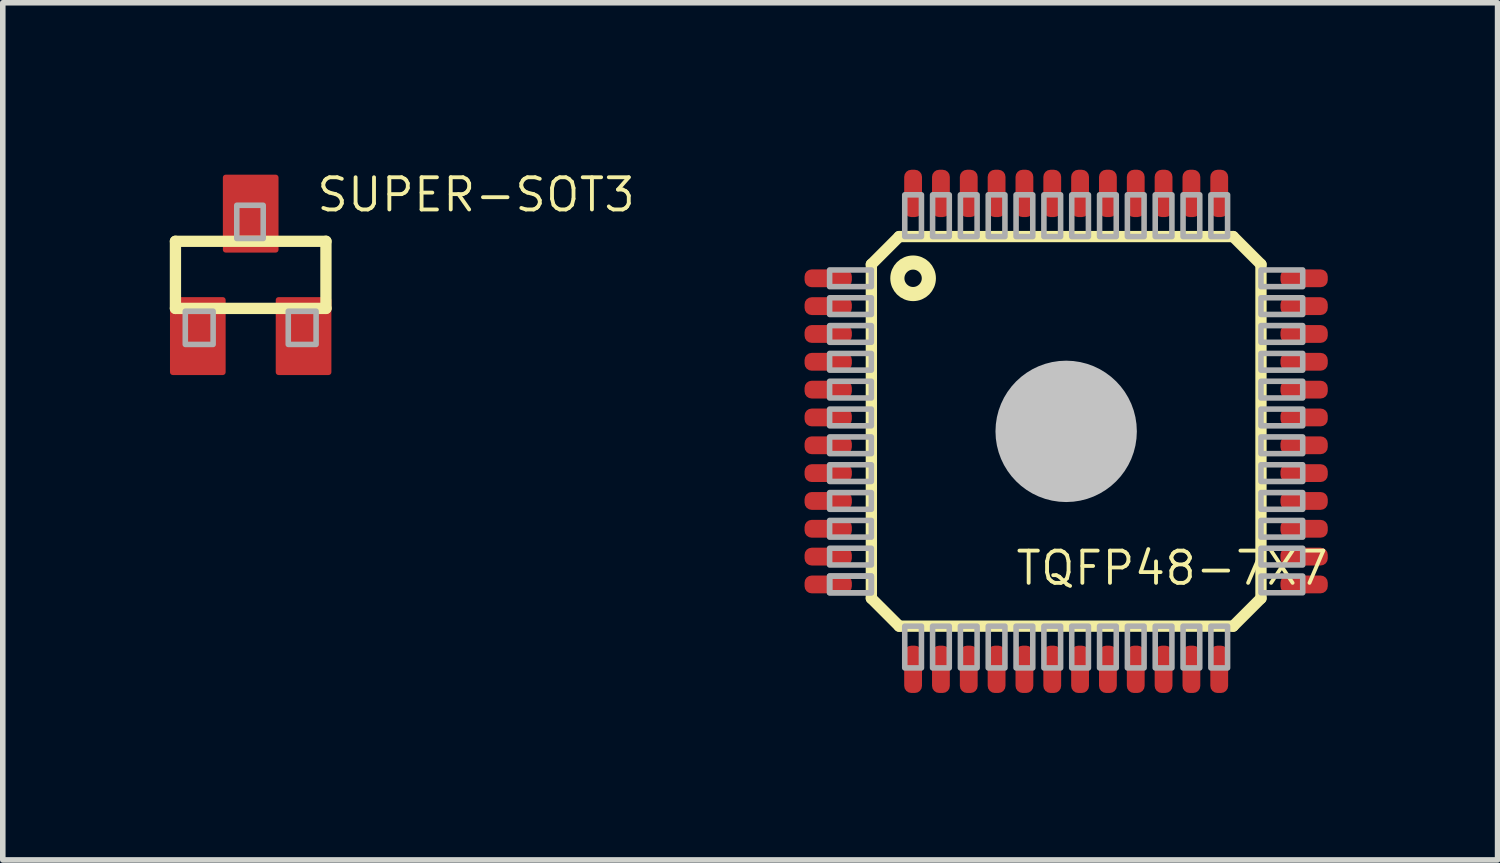
<source format=kicad_pcb>
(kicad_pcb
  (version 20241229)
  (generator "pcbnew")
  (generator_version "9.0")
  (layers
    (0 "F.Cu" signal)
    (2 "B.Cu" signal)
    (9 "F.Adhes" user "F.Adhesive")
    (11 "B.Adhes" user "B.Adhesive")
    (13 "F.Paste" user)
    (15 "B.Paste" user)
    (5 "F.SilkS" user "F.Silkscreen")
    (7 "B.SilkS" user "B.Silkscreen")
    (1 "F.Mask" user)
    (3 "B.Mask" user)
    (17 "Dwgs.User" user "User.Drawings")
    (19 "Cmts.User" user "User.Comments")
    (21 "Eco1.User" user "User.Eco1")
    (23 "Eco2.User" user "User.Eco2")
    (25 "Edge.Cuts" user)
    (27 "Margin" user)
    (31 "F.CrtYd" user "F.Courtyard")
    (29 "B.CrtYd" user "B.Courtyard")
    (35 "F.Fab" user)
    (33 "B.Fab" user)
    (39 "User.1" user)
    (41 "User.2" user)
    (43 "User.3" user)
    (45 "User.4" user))
  (footprint "TQFP48-7X7"
    (layer "F.Cu")
    (at 16.105 4.7)
    (property "Reference" "TQFP48-7X7" (at -0.94 2.796 180) (layer "F.SilkS") (effects (font (size 0.579 0.579) (thickness 0.069)) (justify left bottom)))
    (attr through_hole)
    (fp_circle (center 0 0) (end 0.635 0) (stroke (width 1.27) (type solid)) (fill no) (layer "F.Mask"))
    (fp_line (start -3.5 -3) (end -3 -3.5) (stroke (width 0.203) (type solid)) (layer "F.SilkS"))
    (fp_line (start -3.5 3) (end -3.5 -3) (stroke (width 0.203) (type solid)) (layer "F.SilkS"))
    (fp_line (start -3 -3.5) (end 3 -3.5) (stroke (width 0.203) (type solid)) (layer "F.SilkS"))
    (fp_line (start -3 3.5) (end -3.5 3) (stroke (width 0.203) (type solid)) (layer "F.SilkS"))
    (fp_line (start 3 -3.5) (end 3.5 -3) (stroke (width 0.203) (type solid)) (layer "F.SilkS"))
    (fp_line (start 3 3.5) (end -3 3.5) (stroke (width 0.203) (type solid)) (layer "F.SilkS"))
    (fp_line (start 3.5 -3) (end 3.5 3) (stroke (width 0.203) (type solid)) (layer "F.SilkS"))
    (fp_line (start 3.5 3) (end 3 3.5) (stroke (width 0.203) (type solid)) (layer "F.SilkS"))
    (fp_circle (center -2.75 -2.75) (end -2.467 -2.75) (stroke (width 0.254) (type solid)) (fill no) (layer "F.SilkS"))
    (fp_circle (center 0 0) (end 0.635 0) (stroke (width 1.27) (type solid)) (fill no) (layer "Dwgs.User"))
    (fp_poly (pts (xy -4.25 -2.6) (xy -3.5 -2.6) (xy -3.5 -2.9) (xy -4.25 -2.9)) (stroke (width 0.1) (type solid)) (fill no) (layer "F.Fab"))
    (fp_poly (pts (xy -4.25 -2.1) (xy -3.5 -2.1) (xy -3.5 -2.4) (xy -4.25 -2.4)) (stroke (width 0.1) (type solid)) (fill no) (layer "F.Fab"))
    (fp_poly (pts (xy -4.25 -1.6) (xy -3.5 -1.6) (xy -3.5 -1.9) (xy -4.25 -1.9)) (stroke (width 0.1) (type solid)) (fill no) (layer "F.Fab"))
    (fp_poly (pts (xy -4.25 -1.1) (xy -3.5 -1.1) (xy -3.5 -1.4) (xy -4.25 -1.4)) (stroke (width 0.1) (type solid)) (fill no) (layer "F.Fab"))
    (fp_poly (pts (xy -4.25 -0.6) (xy -3.5 -0.6) (xy -3.5 -0.9) (xy -4.25 -0.9)) (stroke (width 0.1) (type solid)) (fill no) (layer "F.Fab"))
    (fp_poly (pts (xy -4.25 -0.1) (xy -3.5 -0.1) (xy -3.5 -0.4) (xy -4.25 -0.4)) (stroke (width 0.1) (type solid)) (fill no) (layer "F.Fab"))
    (fp_poly (pts (xy -4.25 0.4) (xy -3.5 0.4) (xy -3.5 0.1) (xy -4.25 0.1)) (stroke (width 0.1) (type solid)) (fill no) (layer "F.Fab"))
    (fp_poly (pts (xy -4.25 0.9) (xy -3.5 0.9) (xy -3.5 0.6) (xy -4.25 0.6)) (stroke (width 0.1) (type solid)) (fill no) (layer "F.Fab"))
    (fp_poly (pts (xy -4.25 1.4) (xy -3.5 1.4) (xy -3.5 1.1) (xy -4.25 1.1)) (stroke (width 0.1) (type solid)) (fill no) (layer "F.Fab"))
    (fp_poly (pts (xy -4.25 1.9) (xy -3.5 1.9) (xy -3.5 1.6) (xy -4.25 1.6)) (stroke (width 0.1) (type solid)) (fill no) (layer "F.Fab"))
    (fp_poly (pts (xy -4.25 2.4) (xy -3.5 2.4) (xy -3.5 2.1) (xy -4.25 2.1)) (stroke (width 0.1) (type solid)) (fill no) (layer "F.Fab"))
    (fp_poly (pts (xy -4.25 2.9) (xy -3.5 2.9) (xy -3.5 2.6) (xy -4.25 2.6)) (stroke (width 0.1) (type solid)) (fill no) (layer "F.Fab"))
    (fp_poly (pts (xy -4.25 2.9) (xy -3.5 2.9) (xy -3.5 2.6) (xy -4.25 2.6)) (stroke (width 0.1) (type solid)) (fill no) (layer "F.Fab"))
    (fp_poly (pts (xy -2.9 -3.5) (xy -2.6 -3.5) (xy -2.6 -4.25) (xy -2.9 -4.25)) (stroke (width 0.1) (type solid)) (fill no) (layer "F.Fab"))
    (fp_poly (pts (xy -2.9 4.25) (xy -2.6 4.25) (xy -2.6 3.5) (xy -2.9 3.5)) (stroke (width 0.1) (type solid)) (fill no) (layer "F.Fab"))
    (fp_poly (pts (xy -2.4 -3.5) (xy -2.1 -3.5) (xy -2.1 -4.25) (xy -2.4 -4.25)) (stroke (width 0.1) (type solid)) (fill no) (layer "F.Fab"))
    (fp_poly (pts (xy -2.4 4.25) (xy -2.1 4.25) (xy -2.1 3.5) (xy -2.4 3.5)) (stroke (width 0.1) (type solid)) (fill no) (layer "F.Fab"))
    (fp_poly (pts (xy -1.9 -3.5) (xy -1.6 -3.5) (xy -1.6 -4.25) (xy -1.9 -4.25)) (stroke (width 0.1) (type solid)) (fill no) (layer "F.Fab"))
    (fp_poly (pts (xy -1.9 4.25) (xy -1.6 4.25) (xy -1.6 3.5) (xy -1.9 3.5)) (stroke (width 0.1) (type solid)) (fill no) (layer "F.Fab"))
    (fp_poly (pts (xy -1.4 -3.5) (xy -1.1 -3.5) (xy -1.1 -4.25) (xy -1.4 -4.25)) (stroke (width 0.1) (type solid)) (fill no) (layer "F.Fab"))
    (fp_poly (pts (xy -1.4 4.25) (xy -1.1 4.25) (xy -1.1 3.5) (xy -1.4 3.5)) (stroke (width 0.1) (type solid)) (fill no) (layer "F.Fab"))
    (fp_poly (pts (xy -0.9 -3.5) (xy -0.6 -3.5) (xy -0.6 -4.25) (xy -0.9 -4.25)) (stroke (width 0.1) (type solid)) (fill no) (layer "F.Fab"))
    (fp_poly (pts (xy -0.9 4.25) (xy -0.6 4.25) (xy -0.6 3.5) (xy -0.9 3.5)) (stroke (width 0.1) (type solid)) (fill no) (layer "F.Fab"))
    (fp_poly (pts (xy -0.4 -3.5) (xy -0.1 -3.5) (xy -0.1 -4.25) (xy -0.4 -4.25)) (stroke (width 0.1) (type solid)) (fill no) (layer "F.Fab"))
    (fp_poly (pts (xy -0.4 4.25) (xy -0.1 4.25) (xy -0.1 3.5) (xy -0.4 3.5)) (stroke (width 0.1) (type solid)) (fill no) (layer "F.Fab"))
    (fp_poly (pts (xy 0.1 -3.5) (xy 0.4 -3.5) (xy 0.4 -4.25) (xy 0.1 -4.25)) (stroke (width 0.1) (type solid)) (fill no) (layer "F.Fab"))
    (fp_poly (pts (xy 0.1 4.25) (xy 0.4 4.25) (xy 0.4 3.5) (xy 0.1 3.5)) (stroke (width 0.1) (type solid)) (fill no) (layer "F.Fab"))
    (fp_poly (pts (xy 0.6 -3.5) (xy 0.9 -3.5) (xy 0.9 -4.25) (xy 0.6 -4.25)) (stroke (width 0.1) (type solid)) (fill no) (layer "F.Fab"))
    (fp_poly (pts (xy 0.6 4.25) (xy 0.9 4.25) (xy 0.9 3.5) (xy 0.6 3.5)) (stroke (width 0.1) (type solid)) (fill no) (layer "F.Fab"))
    (fp_poly (pts (xy 1.1 -3.5) (xy 1.4 -3.5) (xy 1.4 -4.25) (xy 1.1 -4.25)) (stroke (width 0.1) (type solid)) (fill no) (layer "F.Fab"))
    (fp_poly (pts (xy 1.1 4.25) (xy 1.4 4.25) (xy 1.4 3.5) (xy 1.1 3.5)) (stroke (width 0.1) (type solid)) (fill no) (layer "F.Fab"))
    (fp_poly (pts (xy 1.6 -3.5) (xy 1.9 -3.5) (xy 1.9 -4.25) (xy 1.6 -4.25)) (stroke (width 0.1) (type solid)) (fill no) (layer "F.Fab"))
    (fp_poly (pts (xy 1.6 4.25) (xy 1.9 4.25) (xy 1.9 3.5) (xy 1.6 3.5)) (stroke (width 0.1) (type solid)) (fill no) (layer "F.Fab"))
    (fp_poly (pts (xy 2.1 -3.5) (xy 2.4 -3.5) (xy 2.4 -4.25) (xy 2.1 -4.25)) (stroke (width 0.1) (type solid)) (fill no) (layer "F.Fab"))
    (fp_poly (pts (xy 2.1 4.25) (xy 2.4 4.25) (xy 2.4 3.5) (xy 2.1 3.5)) (stroke (width 0.1) (type solid)) (fill no) (layer "F.Fab"))
    (fp_poly (pts (xy 2.6 -3.5) (xy 2.9 -3.5) (xy 2.9 -4.25) (xy 2.6 -4.25)) (stroke (width 0.1) (type solid)) (fill no) (layer "F.Fab"))
    (fp_poly (pts (xy 2.6 4.25) (xy 2.9 4.25) (xy 2.9 3.5) (xy 2.6 3.5)) (stroke (width 0.1) (type solid)) (fill no) (layer "F.Fab"))
    (fp_poly (pts (xy 3.5 -2.6) (xy 4.25 -2.6) (xy 4.25 -2.9) (xy 3.5 -2.9)) (stroke (width 0.1) (type solid)) (fill no) (layer "F.Fab"))
    (fp_poly (pts (xy 3.5 -2.1) (xy 4.25 -2.1) (xy 4.25 -2.4) (xy 3.5 -2.4)) (stroke (width 0.1) (type solid)) (fill no) (layer "F.Fab"))
    (fp_poly (pts (xy 3.5 -1.6) (xy 4.25 -1.6) (xy 4.25 -1.9) (xy 3.5 -1.9)) (stroke (width 0.1) (type solid)) (fill no) (layer "F.Fab"))
    (fp_poly (pts (xy 3.5 -1.1) (xy 4.25 -1.1) (xy 4.25 -1.4) (xy 3.5 -1.4)) (stroke (width 0.1) (type solid)) (fill no) (layer "F.Fab"))
    (fp_poly (pts (xy 3.5 -0.6) (xy 4.25 -0.6) (xy 4.25 -0.9) (xy 3.5 -0.9)) (stroke (width 0.1) (type solid)) (fill no) (layer "F.Fab"))
    (fp_poly (pts (xy 3.5 -0.1) (xy 4.25 -0.1) (xy 4.25 -0.4) (xy 3.5 -0.4)) (stroke (width 0.1) (type solid)) (fill no) (layer "F.Fab"))
    (fp_poly (pts (xy 3.5 0.4) (xy 4.25 0.4) (xy 4.25 0.1) (xy 3.5 0.1)) (stroke (width 0.1) (type solid)) (fill no) (layer "F.Fab"))
    (fp_poly (pts (xy 3.5 0.9) (xy 4.25 0.9) (xy 4.25 0.6) (xy 3.5 0.6)) (stroke (width 0.1) (type solid)) (fill no) (layer "F.Fab"))
    (fp_poly (pts (xy 3.5 1.4) (xy 4.25 1.4) (xy 4.25 1.1) (xy 3.5 1.1)) (stroke (width 0.1) (type solid)) (fill no) (layer "F.Fab"))
    (fp_poly (pts (xy 3.5 1.9) (xy 4.25 1.9) (xy 4.25 1.6) (xy 3.5 1.6)) (stroke (width 0.1) (type solid)) (fill no) (layer "F.Fab"))
    (fp_poly (pts (xy 3.5 2.4) (xy 4.25 2.4) (xy 4.25 2.1) (xy 3.5 2.1)) (stroke (width 0.1) (type solid)) (fill no) (layer "F.Fab"))
    (fp_poly (pts (xy 3.5 2.9) (xy 4.25 2.9) (xy 4.25 2.6) (xy 3.5 2.6)) (stroke (width 0.1) (type solid)) (fill no) (layer "F.Fab"))
    (pad "1" smd roundrect (at -4.275 -2.75) (size 0.85 0.32) (layers "F.Cu" "F.Mask" "F.Paste") (roundrect_rratio 0.4))
    (pad "2" smd roundrect (at -4.275 -2.25) (size 0.85 0.32) (layers "F.Cu" "F.Mask" "F.Paste") (roundrect_rratio 0.4))
    (pad "3" smd roundrect (at -4.275 -1.75) (size 0.85 0.32) (layers "F.Cu" "F.Mask" "F.Paste") (roundrect_rratio 0.4))
    (pad "4" smd roundrect (at -4.275 -1.25) (size 0.85 0.32) (layers "F.Cu" "F.Mask" "F.Paste") (roundrect_rratio 0.4))
    (pad "5" smd roundrect (at -4.275 -0.75) (size 0.85 0.32) (layers "F.Cu" "F.Mask" "F.Paste") (roundrect_rratio 0.4))
    (pad "6" smd roundrect (at -4.275 -0.25) (size 0.85 0.32) (layers "F.Cu" "F.Mask" "F.Paste") (roundrect_rratio 0.4))
    (pad "7" smd roundrect (at -4.275 0.25) (size 0.85 0.32) (layers "F.Cu" "F.Mask" "F.Paste") (roundrect_rratio 0.4))
    (pad "8" smd roundrect (at -4.275 0.75) (size 0.85 0.32) (layers "F.Cu" "F.Mask" "F.Paste") (roundrect_rratio 0.4))
    (pad "9" smd roundrect (at -4.275 1.25) (size 0.85 0.32) (layers "F.Cu" "F.Mask" "F.Paste") (roundrect_rratio 0.4))
    (pad "10" smd roundrect (at -4.275 1.75) (size 0.85 0.32) (layers "F.Cu" "F.Mask" "F.Paste") (roundrect_rratio 0.4))
    (pad "11" smd roundrect (at -4.275 2.25) (size 0.85 0.32) (layers "F.Cu" "F.Mask" "F.Paste") (roundrect_rratio 0.4))
    (pad "12" smd roundrect (at -4.275 2.75) (size 0.85 0.32) (layers "F.Cu" "F.Mask" "F.Paste") (roundrect_rratio 0.4))
    (pad "13" smd roundrect (at -2.75 4.275 90) (size 0.85 0.32) (layers "F.Cu" "F.Mask" "F.Paste") (roundrect_rratio 0.4))
    (pad "14" smd roundrect (at -2.25 4.275 90) (size 0.85 0.32) (layers "F.Cu" "F.Mask" "F.Paste") (roundrect_rratio 0.4))
    (pad "15" smd roundrect (at -1.75 4.275 90) (size 0.85 0.32) (layers "F.Cu" "F.Mask" "F.Paste") (roundrect_rratio 0.4))
    (pad "16" smd roundrect (at -1.25 4.275 90) (size 0.85 0.32) (layers "F.Cu" "F.Mask" "F.Paste") (roundrect_rratio 0.4))
    (pad "17" smd roundrect (at -0.75 4.275 90) (size 0.85 0.32) (layers "F.Cu" "F.Mask" "F.Paste") (roundrect_rratio 0.4))
    (pad "18" smd roundrect (at -0.25 4.275 90) (size 0.85 0.32) (layers "F.Cu" "F.Mask" "F.Paste") (roundrect_rratio 0.4))
    (pad "19" smd roundrect (at 0.25 4.275 90) (size 0.85 0.32) (layers "F.Cu" "F.Mask" "F.Paste") (roundrect_rratio 0.4))
    (pad "20" smd roundrect (at 0.75 4.275 90) (size 0.85 0.32) (layers "F.Cu" "F.Mask" "F.Paste") (roundrect_rratio 0.4))
    (pad "21" smd roundrect (at 1.25 4.275 90) (size 0.85 0.32) (layers "F.Cu" "F.Mask" "F.Paste") (roundrect_rratio 0.4))
    (pad "22" smd roundrect (at 1.75 4.275 90) (size 0.85 0.32) (layers "F.Cu" "F.Mask" "F.Paste") (roundrect_rratio 0.4))
    (pad "23" smd roundrect (at 2.25 4.275 90) (size 0.85 0.32) (layers "F.Cu" "F.Mask" "F.Paste") (roundrect_rratio 0.4))
    (pad "24" smd roundrect (at 2.75 4.275 90) (size 0.85 0.32) (layers "F.Cu" "F.Mask" "F.Paste") (roundrect_rratio 0.4))
    (pad "25" smd roundrect (at 4.275 2.75) (size 0.85 0.32) (layers "F.Cu" "F.Mask" "F.Paste") (roundrect_rratio 0.4))
    (pad "26" smd roundrect (at 4.275 2.25) (size 0.85 0.32) (layers "F.Cu" "F.Mask" "F.Paste") (roundrect_rratio 0.4))
    (pad "27" smd roundrect (at 4.275 1.75) (size 0.85 0.32) (layers "F.Cu" "F.Mask" "F.Paste") (roundrect_rratio 0.4))
    (pad "28" smd roundrect (at 4.275 1.25) (size 0.85 0.32) (layers "F.Cu" "F.Mask" "F.Paste") (roundrect_rratio 0.4))
    (pad "29" smd roundrect (at 4.275 0.75) (size 0.85 0.32) (layers "F.Cu" "F.Mask" "F.Paste") (roundrect_rratio 0.4))
    (pad "30" smd roundrect (at 4.275 0.25) (size 0.85 0.32) (layers "F.Cu" "F.Mask" "F.Paste") (roundrect_rratio 0.4))
    (pad "31" smd roundrect (at 4.275 -0.25) (size 0.85 0.32) (layers "F.Cu" "F.Mask" "F.Paste") (roundrect_rratio 0.4))
    (pad "32" smd roundrect (at 4.275 -0.75) (size 0.85 0.32) (layers "F.Cu" "F.Mask" "F.Paste") (roundrect_rratio 0.4))
    (pad "33" smd roundrect (at 4.275 -1.25) (size 0.85 0.32) (layers "F.Cu" "F.Mask" "F.Paste") (roundrect_rratio 0.4))
    (pad "34" smd roundrect (at 4.275 -1.75) (size 0.85 0.32) (layers "F.Cu" "F.Mask" "F.Paste") (roundrect_rratio 0.4))
    (pad "35" smd roundrect (at 4.275 -2.25) (size 0.85 0.32) (layers "F.Cu" "F.Mask" "F.Paste") (roundrect_rratio 0.4))
    (pad "36" smd roundrect (at 4.275 -2.75) (size 0.85 0.32) (layers "F.Cu" "F.Mask" "F.Paste") (roundrect_rratio 0.4))
    (pad "37" smd roundrect (at 2.75 -4.275 90) (size 0.85 0.32) (layers "F.Cu" "F.Mask" "F.Paste") (roundrect_rratio 0.4))
    (pad "38" smd roundrect (at 2.25 -4.275 90) (size 0.85 0.32) (layers "F.Cu" "F.Mask" "F.Paste") (roundrect_rratio 0.4))
    (pad "39" smd roundrect (at 1.75 -4.275 90) (size 0.85 0.32) (layers "F.Cu" "F.Mask" "F.Paste") (roundrect_rratio 0.4))
    (pad "40" smd roundrect (at 1.25 -4.275 90) (size 0.85 0.32) (layers "F.Cu" "F.Mask" "F.Paste") (roundrect_rratio 0.4))
    (pad "41" smd roundrect (at 0.75 -4.275 90) (size 0.85 0.32) (layers "F.Cu" "F.Mask" "F.Paste") (roundrect_rratio 0.4))
    (pad "42" smd roundrect (at 0.25 -4.275 90) (size 0.85 0.32) (layers "F.Cu" "F.Mask" "F.Paste") (roundrect_rratio 0.4))
    (pad "43" smd roundrect (at -0.25 -4.275 90) (size 0.85 0.32) (layers "F.Cu" "F.Mask" "F.Paste") (roundrect_rratio 0.4))
    (pad "44" smd roundrect (at -0.75 -4.275 90) (size 0.85 0.32) (layers "F.Cu" "F.Mask" "F.Paste") (roundrect_rratio 0.4))
    (pad "45" smd roundrect (at -1.25 -4.275 90) (size 0.85 0.32) (layers "F.Cu" "F.Mask" "F.Paste") (roundrect_rratio 0.4))
    (pad "46" smd roundrect (at -1.75 -4.275 90) (size 0.85 0.32) (layers "F.Cu" "F.Mask" "F.Paste") (roundrect_rratio 0.4))
    (pad "47" smd roundrect (at -2.25 -4.275 90) (size 0.85 0.32) (layers "F.Cu" "F.Mask" "F.Paste") (roundrect_rratio 0.4))
    (pad "48" smd roundrect (at -2.75 -4.275 90) (size 0.85 0.32) (layers "F.Cu" "F.Mask" "F.Paste") (roundrect_rratio 0.4))
    (pad "P$1" smd roundrect (at 0 0) (size 1 1) (layers "F.Cu" "F.Mask") (roundrect_rratio 0.5)))
  (footprint "SUPER-SOT3"
    (layer "F.Cu")
    (at 1.454 1.888)
    (property "Reference" "SUPER-SOT3" (at 1.15 -1.1 0) (layer "F.SilkS") (effects (font (size 0.579 0.579) (thickness 0.069)) (justify left bottom)))
    (attr through_hole)
    (fp_line (start -1.352 -0.603) (end 1.352 -0.603) (stroke (width 0.203) (type solid)) (layer "F.SilkS"))
    (fp_line (start -1.352 0.603) (end -1.352 -0.603) (stroke (width 0.203) (type solid)) (layer "F.SilkS"))
    (fp_line (start 1.352 -0.603) (end 1.352 0.603) (stroke (width 0.203) (type solid)) (layer "F.SilkS"))
    (fp_line (start 1.352 0.603) (end -1.352 0.603) (stroke (width 0.203) (type solid)) (layer "F.SilkS"))
    (fp_poly (pts (xy -1.175 1.25) (xy -0.675 1.25) (xy -0.675 0.653) (xy -1.175 0.653)) (stroke (width 0.1) (type solid)) (fill no) (layer "F.Fab"))
    (fp_poly (pts (xy 0.225 -1.25) (xy -0.25 -1.25) (xy -0.25 -0.653) (xy 0.225 -0.653)) (stroke (width 0.1) (type solid)) (fill no) (layer "F.Fab"))
    (fp_poly (pts (xy 0.675 1.25) (xy 1.175 1.25) (xy 1.175 0.653) (xy 0.675 0.653)) (stroke (width 0.1) (type solid)) (fill no) (layer "F.Fab"))
    (pad "1" smd roundrect (at -0.95 1.1) (size 1 1.4) (layers "F.Cu" "F.Mask" "F.Paste") (roundrect_rratio 0.051))
    (pad "2" smd roundrect (at 0.95 1.1) (size 1 1.4) (layers "F.Cu" "F.Mask" "F.Paste") (roundrect_rratio 0.051))
    (pad "3" smd roundrect (at 0 -1.1) (size 1 1.4) (layers "F.Cu" "F.Mask" "F.Paste") (roundrect_rratio 0.051)))
  (gr_rect
    (start -3 -3)
    (end 23.856 12.4)
    (stroke (width 0.1) (type default))
    (fill no)
    (layer "Edge.Cuts")))
</source>
